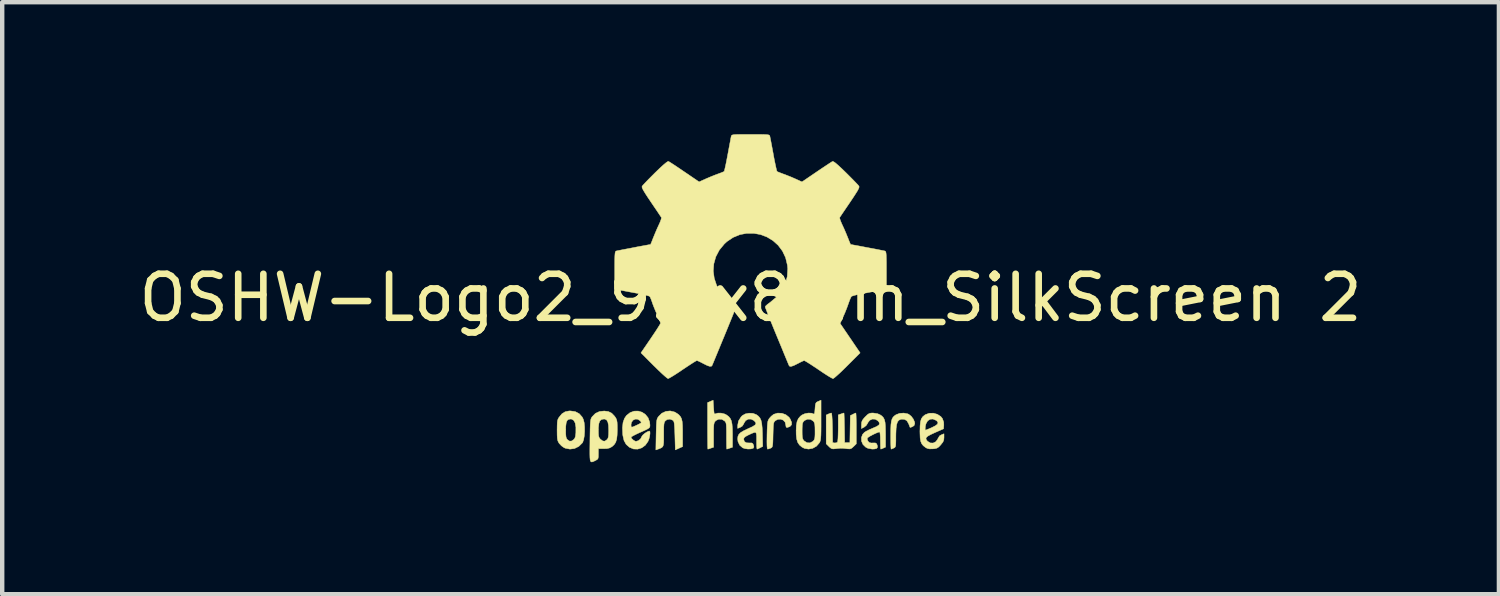
<source format=kicad_pcb>
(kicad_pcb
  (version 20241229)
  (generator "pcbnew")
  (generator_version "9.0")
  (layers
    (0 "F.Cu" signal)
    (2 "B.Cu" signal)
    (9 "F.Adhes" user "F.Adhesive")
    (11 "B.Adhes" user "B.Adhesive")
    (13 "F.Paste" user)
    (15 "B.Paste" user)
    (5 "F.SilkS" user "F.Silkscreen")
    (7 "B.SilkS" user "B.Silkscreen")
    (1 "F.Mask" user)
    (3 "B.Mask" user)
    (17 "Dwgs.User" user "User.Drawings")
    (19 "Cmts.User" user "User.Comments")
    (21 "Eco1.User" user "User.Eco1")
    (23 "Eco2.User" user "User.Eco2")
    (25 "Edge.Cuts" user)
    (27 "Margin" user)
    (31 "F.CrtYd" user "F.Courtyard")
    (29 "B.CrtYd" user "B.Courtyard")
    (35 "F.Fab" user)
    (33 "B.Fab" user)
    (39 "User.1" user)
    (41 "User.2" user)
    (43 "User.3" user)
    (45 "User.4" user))
  (footprint "OSHW-Logo2_9.8x8mm_SilkScreen 2"
    (layer "F.Cu")
    (at 14.006 3.717)
    (property "Reference" "OSHW-Logo2_9.8x8mm_SilkScreen 2" (at 0 0 0) (layer "F.SilkS") (effects (font (size 1 1) (thickness 0.15))))
    (attr exclude_from_pos_files exclude_from_bom)
    (fp_poly (pts (xy 3.571 2.637) (xy 3.594 2.647) (xy 3.65 2.691) (xy 3.698 2.755) (xy 3.727 2.823) (xy 3.732 2.857) (xy 3.716 2.904) (xy 3.68 2.928) (xy 3.643 2.943) (xy 3.625 2.946) (xy 3.617 2.926) (xy 3.6 2.882) (xy 3.593 2.863) (xy 3.552 2.794) (xy 3.493 2.76) (xy 3.417 2.761) (xy 3.411 2.763) (xy 3.37 2.782) (xy 3.34 2.819) (xy 3.32 2.88) (xy 3.308 2.968) (xy 3.303 3.088) (xy 3.302 3.152) (xy 3.302 3.252) (xy 3.3 3.321) (xy 3.296 3.365) (xy 3.287 3.39) (xy 3.274 3.405) (xy 3.253 3.416) (xy 3.252 3.416) (xy 3.213 3.433) (xy 3.194 3.439) (xy 3.191 3.42) (xy 3.188 3.369) (xy 3.186 3.292) (xy 3.185 3.196) (xy 3.185 3.125) (xy 3.186 2.989) (xy 3.19 2.885) (xy 3.2 2.808) (xy 3.216 2.752) (xy 3.24 2.711) (xy 3.274 2.679) (xy 3.308 2.656) (xy 3.388 2.626) (xy 3.482 2.62) (xy 3.571 2.637)) (stroke (width 0.01) (type solid)) (fill yes) (layer "F.SilkS"))
    (fp_poly (pts (xy -1.728 2.595) (xy -1.666 2.631) (xy -1.622 2.667) (xy -1.59 2.705) (xy -1.568 2.751) (xy -1.554 2.812) (xy -1.547 2.895) (xy -1.544 3.007) (xy -1.544 3.087) (xy -1.544 3.382) (xy -1.71 3.457) (xy -1.719 3.133) (xy -1.723 3.013) (xy -1.728 2.925) (xy -1.733 2.865) (xy -1.74 2.825) (xy -1.75 2.801) (xy -1.763 2.786) (xy -1.767 2.783) (xy -1.831 2.757) (xy -1.896 2.767) (xy -1.934 2.794) (xy -1.95 2.813) (xy -1.961 2.838) (xy -1.968 2.876) (xy -1.972 2.934) (xy -1.973 3.018) (xy -1.973 3.106) (xy -1.973 3.216) (xy -1.975 3.294) (xy -1.982 3.347) (xy -1.995 3.381) (xy -2.018 3.404) (xy -2.053 3.421) (xy -2.1 3.439) (xy -2.152 3.458) (xy -2.146 3.111) (xy -2.143 2.986) (xy -2.14 2.894) (xy -2.136 2.828) (xy -2.13 2.781) (xy -2.121 2.748) (xy -2.108 2.722) (xy -2.092 2.699) (xy -2.018 2.625) (xy -1.926 2.582) (xy -1.827 2.571) (xy -1.728 2.595)) (stroke (width 0.01) (type solid)) (fill yes) (layer "F.SilkS"))
    (fp_poly (pts (xy 0.713 2.625) (xy 0.802 2.657) (xy 0.874 2.715) (xy 0.902 2.756) (xy 0.933 2.831) (xy 0.932 2.885) (xy 0.9 2.921) (xy 0.888 2.928) (xy 0.837 2.947) (xy 0.81 2.942) (xy 0.802 2.91) (xy 0.801 2.892) (xy 0.785 2.826) (xy 0.742 2.78) (xy 0.683 2.758) (xy 0.617 2.763) (xy 0.564 2.792) (xy 0.546 2.809) (xy 0.533 2.829) (xy 0.524 2.859) (xy 0.519 2.907) (xy 0.515 2.978) (xy 0.512 3.08) (xy 0.511 3.112) (xy 0.509 3.222) (xy 0.506 3.3) (xy 0.501 3.351) (xy 0.494 3.383) (xy 0.483 3.401) (xy 0.467 3.412) (xy 0.457 3.417) (xy 0.413 3.433) (xy 0.388 3.439) (xy 0.379 3.421) (xy 0.374 3.365) (xy 0.372 3.272) (xy 0.374 3.141) (xy 0.374 3.121) (xy 0.377 3.002) (xy 0.381 2.914) (xy 0.386 2.853) (xy 0.393 2.809) (xy 0.404 2.778) (xy 0.419 2.751) (xy 0.427 2.74) (xy 0.472 2.69) (xy 0.522 2.651) (xy 0.528 2.647) (xy 0.618 2.62) (xy 0.713 2.625)) (stroke (width 0.01) (type solid)) (fill yes) (layer "F.SilkS"))
    (fp_poly (pts (xy -0.84 2.492) (xy -0.834 2.572) (xy -0.828 2.619) (xy -0.819 2.64) (xy -0.805 2.64) (xy -0.801 2.637) (xy -0.744 2.62) (xy -0.669 2.621) (xy -0.593 2.639) (xy -0.545 2.663) (xy -0.496 2.7) (xy -0.461 2.743) (xy -0.436 2.797) (xy -0.421 2.869) (xy -0.413 2.966) (xy -0.41 3.095) (xy -0.41 3.119) (xy -0.41 3.396) (xy -0.472 3.417) (xy -0.516 3.432) (xy -0.54 3.439) (xy -0.54 3.439) (xy -0.543 3.42) (xy -0.545 3.37) (xy -0.546 3.293) (xy -0.547 3.197) (xy -0.547 3.139) (xy -0.547 3.025) (xy -0.549 2.943) (xy -0.552 2.886) (xy -0.558 2.849) (xy -0.568 2.825) (xy -0.583 2.806) (xy -0.592 2.797) (xy -0.655 2.761) (xy -0.724 2.759) (xy -0.786 2.789) (xy -0.798 2.8) (xy -0.815 2.821) (xy -0.826 2.845) (xy -0.834 2.881) (xy -0.838 2.934) (xy -0.84 3.012) (xy -0.84 3.121) (xy -0.84 3.396) (xy -0.902 3.417) (xy -0.945 3.432) (xy -0.969 3.439) (xy -0.97 3.439) (xy -0.972 3.42) (xy -0.974 3.367) (xy -0.975 3.286) (xy -0.976 3.18) (xy -0.977 3.055) (xy -0.977 2.916) (xy -0.977 2.382) (xy -0.85 2.328) (xy -0.84 2.492)) (stroke (width 0.01) (type solid)) (fill yes) (layer "F.SilkS"))
    (fp_poly (pts (xy 2.396 2.637) (xy 2.399 2.688) (xy 2.401 2.766) (xy 2.403 2.865) (xy 2.403 2.968) (xy 2.403 3.319) (xy 2.341 3.38) (xy 2.299 3.418) (xy 2.261 3.434) (xy 2.21 3.433) (xy 2.19 3.43) (xy 2.127 3.423) (xy 2.074 3.419) (xy 2.061 3.419) (xy 2.018 3.421) (xy 1.957 3.427) (xy 1.933 3.43) (xy 1.874 3.435) (xy 1.834 3.425) (xy 1.795 3.394) (xy 1.781 3.38) (xy 1.719 3.319) (xy 1.719 2.664) (xy 1.769 2.641) (xy 1.812 2.624) (xy 1.837 2.618) (xy 1.844 2.637) (xy 1.85 2.689) (xy 1.855 2.768) (xy 1.859 2.87) (xy 1.861 2.955) (xy 1.866 3.292) (xy 1.913 3.299) (xy 1.955 3.294) (xy 1.976 3.279) (xy 1.982 3.251) (xy 1.987 3.192) (xy 1.99 3.108) (xy 1.992 3.009) (xy 1.993 2.957) (xy 1.993 2.661) (xy 2.054 2.64) (xy 2.098 2.625) (xy 2.122 2.618) (xy 2.122 2.618) (xy 2.125 2.637) (xy 2.127 2.688) (xy 2.13 2.766) (xy 2.132 2.864) (xy 2.134 2.955) (xy 2.139 3.292) (xy 2.257 3.292) (xy 2.262 2.985) (xy 2.267 2.677) (xy 2.325 2.648) (xy 2.367 2.627) (xy 2.392 2.618) (xy 2.392 2.618) (xy 2.396 2.637)) (stroke (width 0.01) (type solid)) (fill yes) (layer "F.SilkS"))
    (fp_poly (pts (xy -3.983 2.587) (xy -3.892 2.635) (xy -3.824 2.713) (xy -3.8 2.763) (xy -3.781 2.838) (xy -3.772 2.932) (xy -3.771 3.035) (xy -3.778 3.136) (xy -3.793 3.223) (xy -3.815 3.286) (xy -3.822 3.297) (xy -3.903 3.377) (xy -4 3.425) (xy -4.104 3.439) (xy -4.21 3.418) (xy -4.239 3.405) (xy -4.297 3.364) (xy -4.347 3.311) (xy -4.352 3.304) (xy -4.371 3.271) (xy -4.384 3.236) (xy -4.391 3.19) (xy -4.395 3.125) (xy -4.396 3.03) (xy -4.396 3.009) (xy -4.396 3.002) (xy -4.201 3.002) (xy -4.2 3.091) (xy -4.195 3.151) (xy -4.186 3.189) (xy -4.17 3.215) (xy -4.162 3.224) (xy -4.115 3.257) (xy -4.07 3.256) (xy -4.024 3.227) (xy -3.996 3.196) (xy -3.98 3.151) (xy -3.971 3.079) (xy -3.97 3.071) (xy -3.969 2.942) (xy -3.985 2.846) (xy -4.019 2.784) (xy -4.07 2.756) (xy -4.088 2.755) (xy -4.136 2.763) (xy -4.169 2.789) (xy -4.189 2.839) (xy -4.199 2.919) (xy -4.201 3.002) (xy -4.396 3.002) (xy -4.395 2.908) (xy -4.392 2.838) (xy -4.386 2.789) (xy -4.374 2.753) (xy -4.356 2.722) (xy -4.352 2.716) (xy -4.286 2.636) (xy -4.213 2.59) (xy -4.125 2.572) (xy -4.095 2.571) (xy -3.983 2.587)) (stroke (width 0.01) (type solid)) (fill yes) (layer "F.SilkS"))
    (fp_poly (pts (xy 4.245 2.648) (xy 4.323 2.698) (xy 4.36 2.744) (xy 4.389 2.826) (xy 4.392 2.891) (xy 4.386 2.977) (xy 4.186 3.065) (xy 4.089 3.11) (xy 4.025 3.146) (xy 3.992 3.177) (xy 3.986 3.207) (xy 4.005 3.241) (xy 4.025 3.263) (xy 4.084 3.298) (xy 4.148 3.301) (xy 4.207 3.273) (xy 4.25 3.218) (xy 4.258 3.199) (xy 4.295 3.138) (xy 4.338 3.113) (xy 4.396 3.09) (xy 4.396 3.174) (xy 4.391 3.231) (xy 4.371 3.279) (xy 4.328 3.334) (xy 4.322 3.342) (xy 4.275 3.391) (xy 4.234 3.417) (xy 4.183 3.429) (xy 4.141 3.433) (xy 4.066 3.434) (xy 4.012 3.421) (xy 3.979 3.403) (xy 3.926 3.362) (xy 3.89 3.318) (xy 3.867 3.262) (xy 3.854 3.187) (xy 3.85 3.084) (xy 3.849 3.032) (xy 3.851 2.97) (xy 3.968 2.97) (xy 3.97 3.003) (xy 3.973 3.009) (xy 3.996 3.001) (xy 4.044 2.982) (xy 4.109 2.954) (xy 4.122 2.948) (xy 4.204 2.906) (xy 4.249 2.87) (xy 4.259 2.835) (xy 4.236 2.801) (xy 4.216 2.785) (xy 4.145 2.755) (xy 4.079 2.76) (xy 4.024 2.797) (xy 3.986 2.863) (xy 3.973 2.916) (xy 3.968 2.97) (xy 3.851 2.97) (xy 3.852 2.911) (xy 3.861 2.821) (xy 3.879 2.755) (xy 3.909 2.707) (xy 3.953 2.669) (xy 3.972 2.656) (xy 4.059 2.624) (xy 4.154 2.622) (xy 4.245 2.648)) (stroke (width 0.01) (type solid)) (fill yes) (layer "F.SilkS"))
    (fp_poly (pts (xy 1.602 2.78) (xy 1.602 2.926) (xy 1.601 3.039) (xy 1.599 3.123) (xy 1.595 3.184) (xy 1.59 3.227) (xy 1.582 3.259) (xy 1.571 3.283) (xy 1.563 3.297) (xy 1.497 3.373) (xy 1.412 3.421) (xy 1.319 3.438) (xy 1.226 3.423) (xy 1.17 3.394) (xy 1.112 3.346) (xy 1.072 3.286) (xy 1.048 3.209) (xy 1.037 3.105) (xy 1.036 3.028) (xy 1.036 3.023) (xy 1.172 3.023) (xy 1.173 3.11) (xy 1.177 3.168) (xy 1.186 3.206) (xy 1.201 3.233) (xy 1.22 3.254) (xy 1.283 3.294) (xy 1.351 3.297) (xy 1.415 3.264) (xy 1.42 3.26) (xy 1.441 3.236) (xy 1.455 3.208) (xy 1.462 3.167) (xy 1.465 3.102) (xy 1.465 3.031) (xy 1.464 2.942) (xy 1.46 2.882) (xy 1.451 2.843) (xy 1.436 2.815) (xy 1.423 2.8) (xy 1.364 2.763) (xy 1.295 2.758) (xy 1.23 2.787) (xy 1.218 2.797) (xy 1.196 2.821) (xy 1.183 2.849) (xy 1.176 2.891) (xy 1.173 2.956) (xy 1.172 3.023) (xy 1.036 3.023) (xy 1.04 2.906) (xy 1.056 2.814) (xy 1.087 2.744) (xy 1.134 2.69) (xy 1.17 2.663) (xy 1.237 2.633) (xy 1.314 2.619) (xy 1.386 2.622) (xy 1.426 2.637) (xy 1.442 2.642) (xy 1.453 2.626) (xy 1.46 2.583) (xy 1.465 2.518) (xy 1.471 2.446) (xy 1.48 2.402) (xy 1.495 2.377) (xy 1.522 2.361) (xy 1.539 2.354) (xy 1.602 2.327) (xy 1.602 2.78)) (stroke (width 0.01) (type solid)) (fill yes) (layer "F.SilkS"))
    (fp_poly (pts (xy -2.466 2.6) (xy -2.389 2.652) (xy -2.329 2.726) (xy -2.294 2.822) (xy -2.286 2.892) (xy -2.287 2.921) (xy -2.294 2.943) (xy -2.313 2.963) (xy -2.35 2.986) (xy -2.41 3.015) (xy -2.5 3.055) (xy -2.501 3.055) (xy -2.584 3.093) (xy -2.652 3.127) (xy -2.698 3.153) (xy -2.716 3.167) (xy -2.716 3.167) (xy -2.701 3.199) (xy -2.665 3.233) (xy -2.624 3.258) (xy -2.603 3.263) (xy -2.546 3.246) (xy -2.497 3.203) (xy -2.474 3.156) (xy -2.451 3.122) (xy -2.406 3.082) (xy -2.353 3.048) (xy -2.306 3.029) (xy -2.297 3.028) (xy -2.286 3.045) (xy -2.285 3.088) (xy -2.293 3.146) (xy -2.308 3.207) (xy -2.329 3.261) (xy -2.33 3.264) (xy -2.392 3.351) (xy -2.473 3.41) (xy -2.565 3.439) (xy -2.66 3.436) (xy -2.752 3.397) (xy -2.756 3.395) (xy -2.828 3.33) (xy -2.875 3.245) (xy -2.901 3.133) (xy -2.905 3.102) (xy -2.911 2.954) (xy -2.903 2.884) (xy -2.716 2.884) (xy -2.713 2.928) (xy -2.7 2.94) (xy -2.667 2.931) (xy -2.615 2.908) (xy -2.556 2.881) (xy -2.555 2.88) (xy -2.505 2.854) (xy -2.485 2.836) (xy -2.49 2.818) (xy -2.511 2.794) (xy -2.563 2.759) (xy -2.62 2.757) (xy -2.671 2.782) (xy -2.706 2.831) (xy -2.716 2.884) (xy -2.903 2.884) (xy -2.898 2.835) (xy -2.865 2.741) (xy -2.82 2.675) (xy -2.737 2.609) (xy -2.646 2.576) (xy -2.554 2.574) (xy -2.466 2.6)) (stroke (width 0.01) (type solid)) (fill yes) (layer "F.SilkS"))
    (fp_poly (pts (xy 0.054 2.626) (xy 0.13 2.655) (xy 0.131 2.655) (xy 0.178 2.69) (xy 0.213 2.731) (xy 0.238 2.784) (xy 0.254 2.856) (xy 0.264 2.953) (xy 0.27 3.082) (xy 0.27 3.1) (xy 0.277 3.377) (xy 0.218 3.408) (xy 0.175 3.429) (xy 0.149 3.439) (xy 0.148 3.439) (xy 0.143 3.421) (xy 0.139 3.372) (xy 0.137 3.3) (xy 0.137 3.242) (xy 0.137 3.148) (xy 0.132 3.089) (xy 0.118 3.061) (xy 0.085 3.06) (xy 0.03 3.081) (xy -0.054 3.12) (xy -0.115 3.153) (xy -0.147 3.181) (xy -0.156 3.212) (xy -0.156 3.213) (xy -0.141 3.266) (xy -0.095 3.295) (xy -0.026 3.299) (xy 0.024 3.298) (xy 0.051 3.313) (xy 0.067 3.347) (xy 0.077 3.391) (xy 0.063 3.416) (xy 0.058 3.42) (xy 0.009 3.434) (xy -0.058 3.437) (xy -0.128 3.427) (xy -0.178 3.41) (xy -0.246 3.351) (xy -0.285 3.27) (xy -0.293 3.207) (xy -0.287 3.15) (xy -0.266 3.104) (xy -0.224 3.062) (xy -0.155 3.021) (xy -0.055 2.974) (xy -0.049 2.971) (xy 0.041 2.93) (xy 0.097 2.895) (xy 0.121 2.865) (xy 0.116 2.833) (xy 0.084 2.797) (xy 0.075 2.789) (xy 0.012 2.757) (xy -0.054 2.758) (xy -0.111 2.79) (xy -0.149 2.848) (xy -0.152 2.859) (xy -0.187 2.915) (xy -0.23 2.942) (xy -0.293 2.968) (xy -0.293 2.9) (xy -0.274 2.8) (xy -0.217 2.709) (xy -0.188 2.678) (xy -0.12 2.639) (xy -0.035 2.622) (xy 0.054 2.626)) (stroke (width 0.01) (type solid)) (fill yes) (layer "F.SilkS"))
    (fp_poly (pts (xy -3.231 2.585) (xy -3.156 2.622) (xy -3.091 2.69) (xy -3.072 2.716) (xy -3.053 2.749) (xy -3.04 2.785) (xy -3.032 2.833) (xy -3.029 2.903) (xy -3.028 2.994) (xy -3.032 3.12) (xy -3.043 3.214) (xy -3.065 3.285) (xy -3.1 3.338) (xy -3.149 3.383) (xy -3.153 3.385) (xy -3.202 3.412) (xy -3.261 3.426) (xy -3.336 3.429) (xy -3.458 3.429) (xy -3.458 3.547) (xy -3.459 3.613) (xy -3.466 3.652) (xy -3.484 3.675) (xy -3.519 3.695) (xy -3.527 3.699) (xy -3.566 3.718) (xy -3.596 3.729) (xy -3.619 3.73) (xy -3.635 3.717) (xy -3.645 3.685) (xy -3.65 3.63) (xy -3.652 3.549) (xy -3.652 3.437) (xy -3.65 3.292) (xy -3.65 3.248) (xy -3.648 3.098) (xy -3.646 3) (xy -3.458 3) (xy -3.457 3.083) (xy -3.453 3.138) (xy -3.442 3.174) (xy -3.423 3.201) (xy -3.41 3.215) (xy -3.358 3.254) (xy -3.312 3.258) (xy -3.264 3.225) (xy -3.263 3.224) (xy -3.244 3.199) (xy -3.232 3.164) (xy -3.226 3.112) (xy -3.224 3.031) (xy -3.224 3.013) (xy -3.228 2.902) (xy -3.243 2.825) (xy -3.269 2.778) (xy -3.309 2.757) (xy -3.332 2.755) (xy -3.387 2.765) (xy -3.425 2.798) (xy -3.447 2.858) (xy -3.457 2.95) (xy -3.458 3) (xy -3.646 3) (xy -3.646 2.982) (xy -3.643 2.895) (xy -3.639 2.831) (xy -3.634 2.786) (xy -3.627 2.754) (xy -3.617 2.73) (xy -3.604 2.709) (xy -3.598 2.701) (xy -3.525 2.627) (xy -3.432 2.584) (xy -3.325 2.573) (xy -3.231 2.585)) (stroke (width 0.01) (type solid)) (fill yes) (layer "F.SilkS"))
    (fp_poly (pts (xy 2.887 2.634) (xy 2.944 2.659) (xy 2.988 2.69) (xy 3.02 2.725) (xy 3.042 2.77) (xy 3.057 2.831) (xy 3.064 2.915) (xy 3.067 3.028) (xy 3.068 3.103) (xy 3.068 3.393) (xy 3.018 3.416) (xy 2.979 3.433) (xy 2.959 3.439) (xy 2.955 3.421) (xy 2.952 3.372) (xy 2.951 3.3) (xy 2.95 3.243) (xy 2.949 3.161) (xy 2.944 3.096) (xy 2.938 3.056) (xy 2.933 3.048) (xy 2.898 3.057) (xy 2.844 3.079) (xy 2.781 3.109) (xy 2.72 3.141) (xy 2.674 3.17) (xy 2.652 3.19) (xy 2.652 3.19) (xy 2.654 3.227) (xy 2.671 3.262) (xy 2.7 3.291) (xy 2.743 3.3) (xy 2.78 3.299) (xy 2.832 3.298) (xy 2.859 3.31) (xy 2.876 3.343) (xy 2.878 3.349) (xy 2.885 3.395) (xy 2.866 3.423) (xy 2.816 3.436) (xy 2.763 3.438) (xy 2.666 3.42) (xy 2.616 3.394) (xy 2.554 3.333) (xy 2.522 3.258) (xy 2.519 3.178) (xy 2.546 3.104) (xy 2.588 3.058) (xy 2.63 3.032) (xy 2.695 2.999) (xy 2.771 2.966) (xy 2.784 2.96) (xy 2.867 2.924) (xy 2.916 2.891) (xy 2.931 2.859) (xy 2.917 2.822) (xy 2.892 2.794) (xy 2.833 2.759) (xy 2.768 2.756) (xy 2.709 2.783) (xy 2.666 2.837) (xy 2.661 2.851) (xy 2.628 2.902) (xy 2.581 2.94) (xy 2.52 2.971) (xy 2.52 2.883) (xy 2.524 2.829) (xy 2.539 2.787) (xy 2.573 2.741) (xy 2.605 2.706) (xy 2.655 2.657) (xy 2.694 2.631) (xy 2.736 2.62) (xy 2.783 2.618) (xy 2.887 2.634)) (stroke (width 0.01) (type solid)) (fill yes) (layer "F.SilkS"))
    (fp_poly (pts (xy 0.14 -3.712) (xy 0.246 -3.712) (xy 0.322 -3.71) (xy 0.374 -3.707) (xy 0.407 -3.702) (xy 0.426 -3.695) (xy 0.435 -3.684) (xy 0.439 -3.67) (xy 0.44 -3.668) (xy 0.446 -3.636) (xy 0.459 -3.572) (xy 0.476 -3.483) (xy 0.496 -3.376) (xy 0.518 -3.258) (xy 0.518 -3.254) (xy 0.54 -3.138) (xy 0.561 -3.036) (xy 0.579 -2.953) (xy 0.592 -2.897) (xy 0.601 -2.872) (xy 0.601 -2.871) (xy 0.626 -2.859) (xy 0.676 -2.839) (xy 0.742 -2.814) (xy 0.742 -2.814) (xy 0.825 -2.783) (xy 0.923 -2.744) (xy 1.015 -2.704) (xy 1.019 -2.702) (xy 1.169 -2.634) (xy 1.501 -2.86) (xy 1.603 -2.929) (xy 1.696 -2.991) (xy 1.773 -3.042) (xy 1.83 -3.079) (xy 1.861 -3.098) (xy 1.864 -3.099) (xy 1.887 -3.093) (xy 1.93 -3.063) (xy 1.994 -3.008) (xy 2.081 -2.927) (xy 2.171 -2.84) (xy 2.256 -2.755) (xy 2.333 -2.677) (xy 2.397 -2.611) (xy 2.442 -2.563) (xy 2.464 -2.536) (xy 2.464 -2.535) (xy 2.467 -2.517) (xy 2.458 -2.487) (xy 2.435 -2.441) (xy 2.395 -2.376) (xy 2.338 -2.288) (xy 2.261 -2.173) (xy 2.193 -2.073) (xy 2.132 -1.983) (xy 2.081 -1.908) (xy 2.045 -1.854) (xy 2.027 -1.827) (xy 2.026 -1.825) (xy 2.028 -1.798) (xy 2.045 -1.747) (xy 2.073 -1.68) (xy 2.083 -1.659) (xy 2.127 -1.564) (xy 2.173 -1.456) (xy 2.211 -1.363) (xy 2.238 -1.294) (xy 2.26 -1.241) (xy 2.272 -1.214) (xy 2.274 -1.211) (xy 2.297 -1.208) (xy 2.351 -1.198) (xy 2.429 -1.184) (xy 2.524 -1.166) (xy 2.628 -1.146) (xy 2.735 -1.126) (xy 2.837 -1.107) (xy 2.927 -1.089) (xy 2.998 -1.075) (xy 3.042 -1.066) (xy 3.053 -1.063) (xy 3.064 -1.057) (xy 3.073 -1.042) (xy 3.079 -1.015) (xy 3.083 -0.97) (xy 3.085 -0.902) (xy 3.087 -0.806) (xy 3.087 -0.678) (xy 3.087 -0.625) (xy 3.087 -0.198) (xy 2.985 -0.178) (xy 2.927 -0.167) (xy 2.842 -0.151) (xy 2.739 -0.132) (xy 2.629 -0.111) (xy 2.599 -0.106) (xy 2.497 -0.086) (xy 2.408 -0.067) (xy 2.34 -0.049) (xy 2.3 -0.036) (xy 2.293 -0.032) (xy 2.277 -0.004) (xy 2.253 0.051) (xy 2.227 0.122) (xy 2.222 0.137) (xy 2.188 0.231) (xy 2.146 0.337) (xy 2.104 0.432) (xy 2.104 0.433) (xy 2.035 0.583) (xy 2.49 1.252) (xy 2.197 1.544) (xy 2.109 1.631) (xy 2.029 1.708) (xy 1.96 1.77) (xy 1.909 1.814) (xy 1.879 1.835) (xy 1.874 1.837) (xy 1.849 1.826) (xy 1.797 1.797) (xy 1.725 1.752) (xy 1.637 1.695) (xy 1.543 1.631) (xy 1.447 1.567) (xy 1.361 1.51) (xy 1.291 1.466) (xy 1.242 1.437) (xy 1.221 1.426) (xy 1.194 1.435) (xy 1.144 1.458) (xy 1.08 1.491) (xy 1.074 1.494) (xy 0.988 1.537) (xy 0.929 1.558) (xy 0.893 1.559) (xy 0.874 1.539) (xy 0.874 1.539) (xy 0.864 1.515) (xy 0.841 1.46) (xy 0.807 1.378) (xy 0.763 1.272) (xy 0.712 1.147) (xy 0.654 1.007) (xy 0.598 0.872) (xy 0.536 0.722) (xy 0.48 0.584) (xy 0.43 0.461) (xy 0.389 0.357) (xy 0.358 0.277) (xy 0.338 0.225) (xy 0.332 0.206) (xy 0.347 0.183) (xy 0.386 0.148) (xy 0.439 0.109) (xy 0.588 -0.015) (xy 0.705 -0.156) (xy 0.787 -0.313) (xy 0.834 -0.482) (xy 0.845 -0.66) (xy 0.837 -0.742) (xy 0.796 -0.913) (xy 0.724 -1.064) (xy 0.627 -1.193) (xy 0.509 -1.299) (xy 0.374 -1.381) (xy 0.227 -1.437) (xy 0.072 -1.465) (xy -0.087 -1.465) (xy -0.244 -1.435) (xy -0.396 -1.372) (xy -0.538 -1.277) (xy -0.597 -1.222) (xy -0.711 -1.083) (xy -0.79 -0.932) (xy -0.835 -0.771) (xy -0.847 -0.607) (xy -0.825 -0.443) (xy -0.772 -0.284) (xy -0.686 -0.134) (xy -0.569 0.002) (xy -0.439 0.109) (xy -0.384 0.15) (xy -0.346 0.185) (xy -0.332 0.206) (xy -0.339 0.229) (xy -0.36 0.283) (xy -0.392 0.366) (xy -0.434 0.471) (xy -0.485 0.596) (xy -0.542 0.736) (xy -0.598 0.872) (xy -0.66 1.021) (xy -0.717 1.16) (xy -0.768 1.283) (xy -0.811 1.387) (xy -0.844 1.467) (xy -0.866 1.519) (xy -0.874 1.539) (xy -0.893 1.558) (xy -0.929 1.558) (xy -0.988 1.537) (xy -1.073 1.495) (xy -1.074 1.494) (xy -1.138 1.461) (xy -1.19 1.437) (xy -1.219 1.426) (xy -1.221 1.426) (xy -1.243 1.437) (xy -1.292 1.466) (xy -1.362 1.511) (xy -1.447 1.567) (xy -1.543 1.631) (xy -1.639 1.696) (xy -1.727 1.753) (xy -1.799 1.797) (xy -1.85 1.826) (xy -1.874 1.837) (xy -1.897 1.823) (xy -1.942 1.786) (xy -2.006 1.729) (xy -2.083 1.656) (xy -2.169 1.572) (xy -2.198 1.544) (xy -2.49 1.251) (xy -2.267 0.925) (xy -2.2 0.825) (xy -2.14 0.735) (xy -2.093 0.661) (xy -2.06 0.607) (xy -2.045 0.579) (xy -2.045 0.577) (xy -2.053 0.551) (xy -2.073 0.498) (xy -2.103 0.427) (xy -2.124 0.38) (xy -2.164 0.29) (xy -2.201 0.198) (xy -2.23 0.121) (xy -2.237 0.098) (xy -2.26 0.035) (xy -2.281 -0.014) (xy -2.293 -0.032) (xy -2.319 -0.043) (xy -2.377 -0.059) (xy -2.458 -0.078) (xy -2.555 -0.098) (xy -2.599 -0.106) (xy -2.709 -0.126) (xy -2.815 -0.146) (xy -2.906 -0.163) (xy -2.972 -0.175) (xy -2.985 -0.178) (xy -3.087 -0.198) (xy -3.087 -0.625) (xy -3.087 -0.766) (xy -3.086 -0.872) (xy -3.084 -0.949) (xy -3.08 -1.002) (xy -3.075 -1.035) (xy -3.067 -1.053) (xy -3.057 -1.062) (xy -3.053 -1.063) (xy -3.028 -1.069) (xy -2.972 -1.08) (xy -2.892 -1.096) (xy -2.796 -1.114) (xy -2.691 -1.134) (xy -2.585 -1.155) (xy -2.483 -1.174) (xy -2.395 -1.19) (xy -2.325 -1.203) (xy -2.283 -1.21) (xy -2.274 -1.211) (xy -2.265 -1.228) (xy -2.246 -1.273) (xy -2.221 -1.338) (xy -2.211 -1.363) (xy -2.171 -1.46) (xy -2.125 -1.568) (xy -2.083 -1.659) (xy -2.052 -1.728) (xy -2.032 -1.785) (xy -2.025 -1.82) (xy -2.026 -1.825) (xy -2.041 -1.847) (xy -2.074 -1.896) (xy -2.121 -1.967) (xy -2.181 -2.055) (xy -2.248 -2.154) (xy -2.261 -2.173) (xy -2.339 -2.289) (xy -2.396 -2.377) (xy -2.435 -2.442) (xy -2.458 -2.487) (xy -2.467 -2.516) (xy -2.465 -2.535) (xy -2.464 -2.535) (xy -2.445 -2.559) (xy -2.402 -2.605) (xy -2.341 -2.669) (xy -2.265 -2.746) (xy -2.18 -2.831) (xy -2.171 -2.84) (xy -2.063 -2.944) (xy -1.98 -3.02) (xy -1.92 -3.07) (xy -1.882 -3.096) (xy -1.864 -3.099) (xy -1.84 -3.085) (xy -1.788 -3.052) (xy -1.714 -3.004) (xy -1.625 -2.944) (xy -1.525 -2.876) (xy -1.501 -2.86) (xy -1.169 -2.634) (xy -1.019 -2.702) (xy -0.928 -2.741) (xy -0.83 -2.781) (xy -0.746 -2.813) (xy -0.742 -2.814) (xy -0.677 -2.838) (xy -0.626 -2.859) (xy -0.601 -2.871) (xy -0.601 -2.871) (xy -0.593 -2.893) (xy -0.58 -2.948) (xy -0.562 -3.029) (xy -0.542 -3.129) (xy -0.52 -3.244) (xy -0.518 -3.254) (xy -0.496 -3.372) (xy -0.476 -3.479) (xy -0.459 -3.569) (xy -0.447 -3.634) (xy -0.44 -3.668) (xy -0.44 -3.668) (xy -0.435 -3.683) (xy -0.427 -3.693) (xy -0.41 -3.701) (xy -0.379 -3.707) (xy -0.329 -3.71) (xy -0.256 -3.712) (xy -0.153 -3.712) (xy -0.018 -3.712) (xy 0 -3.712) (xy 0.14 -3.712)) (stroke (width 0.01) (type solid)) (fill yes) (layer "F.SilkS")))
  (gr_rect
    (start -3 -3)
    (end 31.012 10.453)
    (stroke (width 0.1) (type default))
    (fill no)
    (layer "Edge.Cuts")))
</source>
